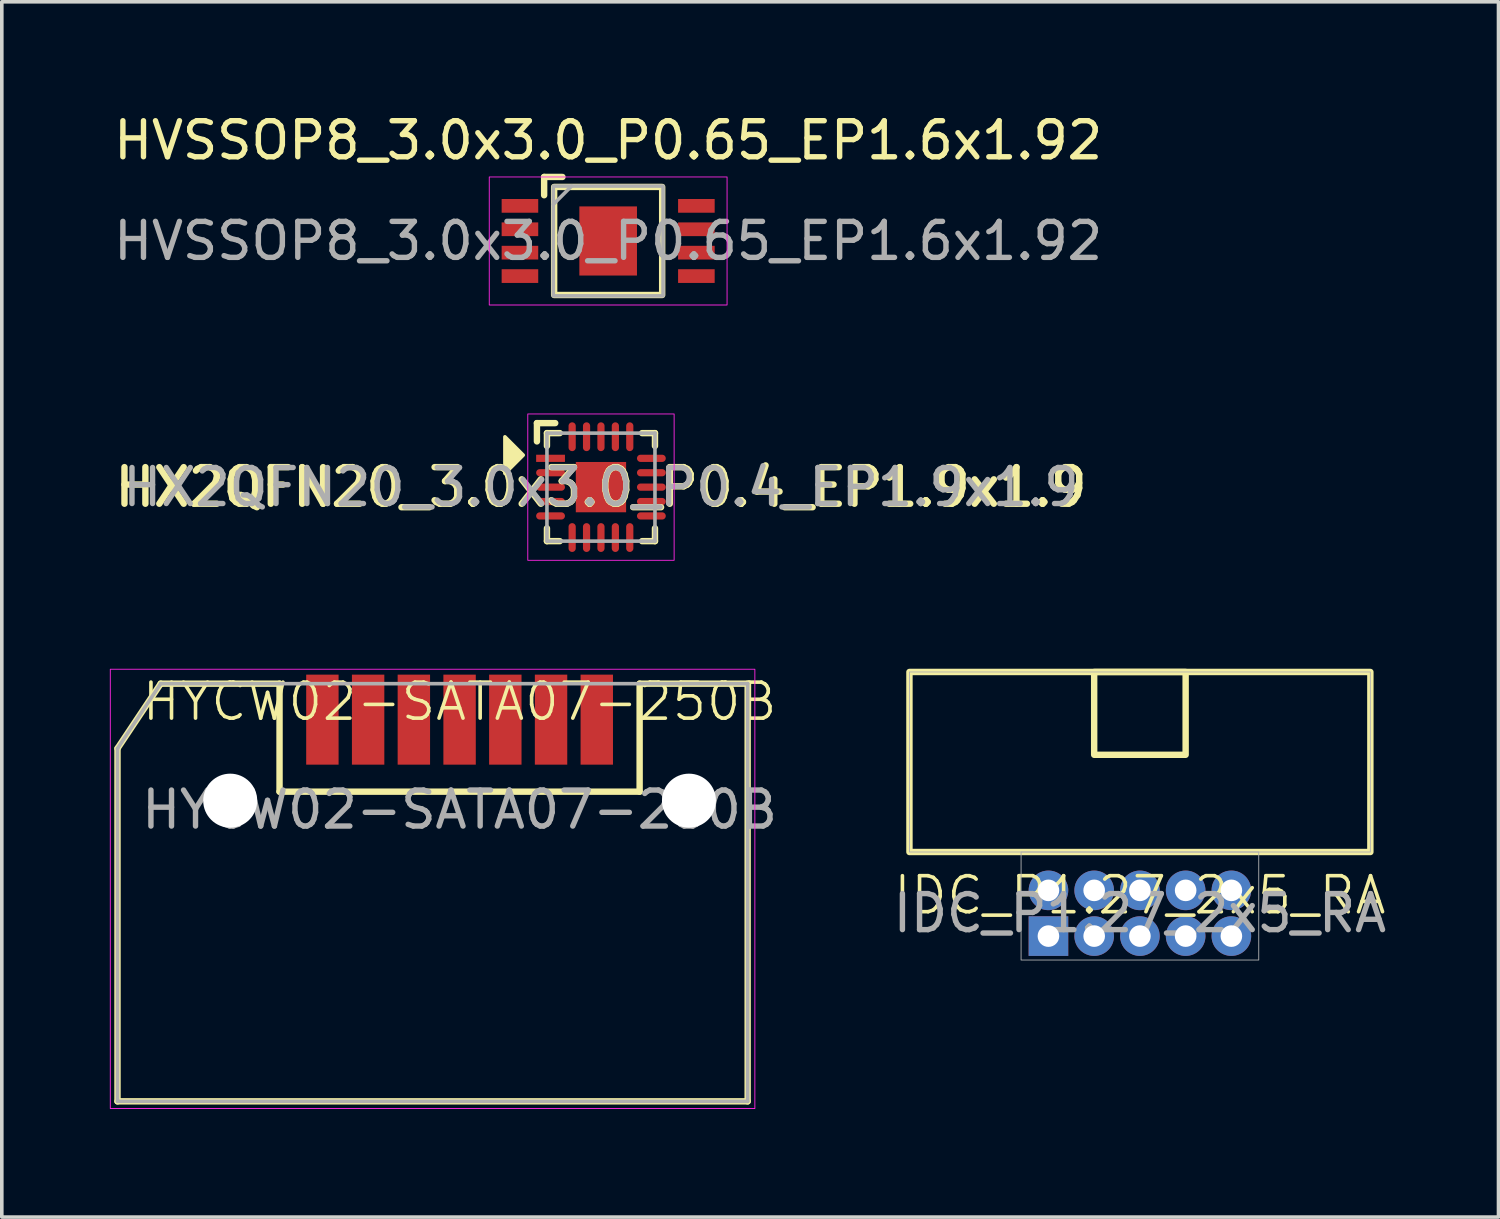
<source format=kicad_pcb>
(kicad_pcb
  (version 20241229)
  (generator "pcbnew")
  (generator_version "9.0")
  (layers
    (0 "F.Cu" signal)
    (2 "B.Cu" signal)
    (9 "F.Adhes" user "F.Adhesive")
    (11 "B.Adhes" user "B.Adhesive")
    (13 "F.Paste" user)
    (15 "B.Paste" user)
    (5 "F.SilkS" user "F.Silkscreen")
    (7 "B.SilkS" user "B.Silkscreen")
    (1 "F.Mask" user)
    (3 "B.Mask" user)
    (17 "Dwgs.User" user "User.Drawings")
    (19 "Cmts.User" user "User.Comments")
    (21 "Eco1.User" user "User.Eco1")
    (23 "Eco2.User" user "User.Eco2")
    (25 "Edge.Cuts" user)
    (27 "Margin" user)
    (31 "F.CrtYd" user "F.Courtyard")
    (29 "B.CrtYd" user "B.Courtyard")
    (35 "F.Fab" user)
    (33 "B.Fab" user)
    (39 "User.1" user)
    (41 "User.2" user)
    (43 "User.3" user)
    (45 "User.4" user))
  (footprint "HVSSOP8_3.0x3.0_P0.65_EP1.6x1.92"
    (layer "F.Cu")
    (at 13.839 3.642)
    (property "Reference" "HVSSOP8_3.0x3.0_P0.65_EP1.6x1.92" (at 0 -2.794 0) (unlocked yes) (layer "F.SilkS") (effects (font (size 1 1) (thickness 0.15))))
    (attr smd)
    (fp_line (start -1.778 -1.778) (end -1.27 -1.778) (stroke (width 0.178) (type solid)) (layer "F.SilkS"))
    (fp_line (start -1.778 -1.27) (end -1.778 -1.778) (stroke (width 0.178) (type solid)) (layer "F.SilkS"))
    (fp_rect (start -1.5 1.5) (end 1.5 -1.5) (stroke (width 0.178) (type solid)) (fill no) (layer "F.SilkS"))
    (fp_rect (start -3.302 1.778) (end 3.302 -1.778) (stroke (width 0.025) (type solid)) (fill no) (layer "F.CrtYd"))
    (fp_line (start -1.524 -1.016) (end -1.016 -1.524) (stroke (width 0.1) (type solid)) (layer "F.Fab"))
    (fp_rect (start -1.524 -1.524) (end 1.524 1.524) (stroke (width 0.1) (type solid)) (fill no) (layer "F.Fab"))
    (fp_text user "${REFERENCE}" (at 0 0 0) (unlocked yes) (layer "F.Fab") (effects (font (size 1 1) (thickness 0.15))))
    (pad "1" smd rect (at -2.45 -0.975) (size 1.016 0.381) (layers "F.Cu" "F.Mask" "F.Paste"))
    (pad "2" smd rect (at -2.45 -0.325) (size 1.016 0.381) (layers "F.Cu" "F.Mask" "F.Paste"))
    (pad "3" smd rect (at -2.45 0.325) (size 1.016 0.381) (layers "F.Cu" "F.Mask" "F.Paste"))
    (pad "4" smd rect (at -2.45 0.975) (size 1.016 0.381) (layers "F.Cu" "F.Mask" "F.Paste"))
    (pad "5" smd rect (at 2.45 0.975) (size 1.016 0.381) (layers "F.Cu" "F.Mask" "F.Paste"))
    (pad "6" smd rect (at 2.45 0.325) (size 1.016 0.381) (layers "F.Cu" "F.Mask" "F.Paste"))
    (pad "7" smd rect (at 2.45 -0.325) (size 1.016 0.381) (layers "F.Cu" "F.Mask" "F.Paste"))
    (pad "8" smd rect (at 2.45 -0.975) (size 1.016 0.381) (layers "F.Cu" "F.Mask" "F.Paste"))
    (pad "9" smd rect (at 0 0) (size 1.6 1.92) (layers "F.Cu" "F.Mask" "F.Paste")))
  (footprint "IDC_P1.27_2x5_RA"
    (layer "F.Cu")
    (at 28.606 22.311)
    (property "Reference" "IDC_P1.27_2x5_RA" (at 0 -0.5 0) (unlocked yes) (layer "F.SilkS") (effects (font (size 1 1) (thickness 0.1))))
    (attr through_hole)
    (fp_rect (start -6.4 -6.7) (end 6.4 -1.7) (stroke (width 0.178) (type solid)) (fill no) (layer "F.SilkS"))
    (fp_rect (start -1.27 -6.7) (end 1.27 -4.4) (stroke (width 0.178) (type solid)) (fill no) (layer "F.SilkS"))
    (fp_rect (start -6.4 -6.7) (end 6.4 -1.7) (stroke (width 0.025) (type solid)) (fill no) (layer "F.Fab"))
    (fp_rect (start -3.3 -1.7) (end 3.3 1.3) (stroke (width 0.025) (type solid)) (fill no) (layer "F.Fab"))
    (fp_text user "${REFERENCE}" (at 0 0 0) (unlocked yes) (layer "F.Fab") (effects (font (size 1 1) (thickness 0.15))))
    (pad "1" thru_hole rect (at -2.54 0.635) (size 1.1 1.1) (drill 0.6) (layers "*.Cu" "*.Mask"))
    (pad "2" thru_hole circle (at -2.54 -0.635) (size 1.1 1.1) (drill 0.6) (layers "*.Cu" "*.Mask"))
    (pad "3" thru_hole circle (at -1.27 0.635) (size 1.1 1.1) (drill 0.6) (layers "*.Cu" "*.Mask"))
    (pad "4" thru_hole circle (at -1.27 -0.635) (size 1.1 1.1) (drill 0.6) (layers "*.Cu" "*.Mask"))
    (pad "5" thru_hole circle (at 0 0.635) (size 1.1 1.1) (drill 0.6) (layers "*.Cu" "*.Mask"))
    (pad "6" thru_hole circle (at 0 -0.635) (size 1.1 1.1) (drill 0.6) (layers "*.Cu" "*.Mask"))
    (pad "7" thru_hole circle (at 1.27 0.635) (size 1.1 1.1) (drill 0.6) (layers "*.Cu" "*.Mask"))
    (pad "8" thru_hole circle (at 1.27 -0.635) (size 1.1 1.1) (drill 0.6) (layers "*.Cu" "*.Mask"))
    (pad "9" thru_hole circle (at 2.54 0.635) (size 1.1 1.1) (drill 0.6) (layers "*.Cu" "*.Mask"))
    (pad "10" thru_hole circle (at 2.54 -0.635) (size 1.1 1.1) (drill 0.6) (layers "*.Cu" "*.Mask")))
  (footprint "HX2QFN20_3.0x3.0_P0.4_EP1.9x1.9"
    (layer "F.Cu")
    (at 13.639 10.478)
    (property "Reference" "HX2QFN20_3.0x3.0_P0.4_EP1.9x1.9" (at 0 0 0) (layer "F.SilkS") (effects (font (size 1.016 1.016) (thickness 0.178))))
    (attr smd)
    (fp_line (start -1.778 -1.778) (end -1.27 -1.778) (stroke (width 0.178) (type solid)) (layer "F.SilkS"))
    (fp_line (start -1.778 -1.27) (end -1.778 -1.778) (stroke (width 0.178) (type solid)) (layer "F.SilkS"))
    (fp_line (start -1.5 -1.5) (end -1.143 -1.5) (stroke (width 0.178) (type solid)) (layer "F.SilkS"))
    (fp_line (start -1.5 -1.143) (end -1.5 -1.5) (stroke (width 0.178) (type solid)) (layer "F.SilkS"))
    (fp_line (start -1.5 1.5) (end -1.5 1.143) (stroke (width 0.178) (type solid)) (layer "F.SilkS"))
    (fp_line (start -1.143 1.5) (end -1.5 1.5) (stroke (width 0.178) (type solid)) (layer "F.SilkS"))
    (fp_line (start 1.143 -1.5) (end 1.5 -1.5) (stroke (width 0.178) (type solid)) (layer "F.SilkS"))
    (fp_line (start 1.5 -1.5) (end 1.5 -1.143) (stroke (width 0.178) (type solid)) (layer "F.SilkS"))
    (fp_line (start 1.5 1.143) (end 1.5 1.5) (stroke (width 0.178) (type solid)) (layer "F.SilkS"))
    (fp_line (start 1.5 1.5) (end 1.143 1.5) (stroke (width 0.178) (type solid)) (layer "F.SilkS"))
    (fp_poly (pts (xy -2.159 -0.889) (xy -2.667 -0.381) (xy -2.667 -1.397)) (stroke (width 0.1) (type solid)) (fill yes) (layer "F.SilkS"))
    (fp_rect (start -2.032 -2.032) (end 2.032 2.032) (stroke (width 0.025) (type solid)) (fill no) (layer "F.CrtYd"))
    (fp_line (start -1.5 -1.5) (end -1.5 1.5) (stroke (width 0.1) (type solid)) (layer "F.Fab"))
    (fp_line (start -1.5 -1.5) (end 1.5 -1.5) (stroke (width 0.1) (type solid)) (layer "F.Fab"))
    (fp_line (start -1.5 1.5) (end 1.5 1.5) (stroke (width 0.1) (type solid)) (layer "F.Fab"))
    (fp_line (start 1.5 -1.5) (end 1.5 1.5) (stroke (width 0.1) (type solid)) (layer "F.Fab"))
    (fp_text user "${REFERENCE}" (at 0 0 0) (layer "F.Fab") (effects (font (size 1 1) (thickness 0.15))))
    (pad "1" smd rect (at -1.4 -0.8) (size 0.8 0.2) (layers "F.Cu" "F.Mask" "F.Paste"))
    (pad "2" smd oval (at -1.4 -0.4) (size 0.8 0.2) (layers "F.Cu" "F.Mask" "F.Paste"))
    (pad "3" smd oval (at -1.4 0) (size 0.8 0.2) (layers "F.Cu" "F.Mask" "F.Paste"))
    (pad "4" smd oval (at -1.4 0.4) (size 0.8 0.2) (layers "F.Cu" "F.Mask" "F.Paste"))
    (pad "5" smd oval (at -1.4 0.8) (size 0.8 0.2) (layers "F.Cu" "F.Mask" "F.Paste"))
    (pad "6" smd oval (at -0.8 1.4 90) (size 0.8 0.2) (layers "F.Cu" "F.Mask" "F.Paste"))
    (pad "7" smd oval (at -0.4 1.4 90) (size 0.8 0.2) (layers "F.Cu" "F.Mask" "F.Paste"))
    (pad "8" smd oval (at 0 1.4 90) (size 0.8 0.2) (layers "F.Cu" "F.Mask" "F.Paste"))
    (pad "9" smd oval (at 0.4 1.4 90) (size 0.8 0.2) (layers "F.Cu" "F.Mask" "F.Paste"))
    (pad "10" smd oval (at 0.8 1.4 90) (size 0.8 0.2) (layers "F.Cu" "F.Mask" "F.Paste"))
    (pad "11" smd oval (at 1.4 0.8) (size 0.8 0.2) (layers "F.Cu" "F.Mask" "F.Paste"))
    (pad "12" smd oval (at 1.4 0.4) (size 0.8 0.2) (layers "F.Cu" "F.Mask" "F.Paste"))
    (pad "13" smd oval (at 1.4 0) (size 0.8 0.2) (layers "F.Cu" "F.Mask" "F.Paste"))
    (pad "14" smd oval (at 1.4 -0.4) (size 0.8 0.2) (layers "F.Cu" "F.Mask" "F.Paste"))
    (pad "15" smd oval (at 1.4 -0.8) (size 0.8 0.2) (layers "F.Cu" "F.Mask" "F.Paste"))
    (pad "16" smd oval (at 0.8 -1.4 90) (size 0.8 0.2) (layers "F.Cu" "F.Mask" "F.Paste"))
    (pad "17" smd oval (at 0.4 -1.4 90) (size 0.8 0.2) (layers "F.Cu" "F.Mask" "F.Paste"))
    (pad "18" smd oval (at 0 -1.4 90) (size 0.8 0.2) (layers "F.Cu" "F.Mask" "F.Paste"))
    (pad "19" smd oval (at -0.4 -1.4 90) (size 0.8 0.2) (layers "F.Cu" "F.Mask" "F.Paste"))
    (pad "20" smd oval (at -0.8 -1.4 90) (size 0.8 0.2) (layers "F.Cu" "F.Mask" "F.Paste"))
    (pad "21" smd rect (at 0 0 90) (size 1.397 1.397) (layers "F.Cu" "F.Mask" "F.Paste")))
  (footprint "HYCW02-SATA07-250B"
    (layer "F.Cu")
    (at 9.713 16.935)
    (property "Reference" "HYCW02-SATA07-250B" (at 0 -0.5 0) (unlocked yes) (layer "F.SilkS") (effects (font (size 1 1) (thickness 0.1))))
    (attr smd)
    (fp_line (start -9.5 0.8) (end -9.5 10.6) (stroke (width 0.178) (type solid)) (layer "F.SilkS"))
    (fp_line (start -9.5 0.8) (end -8.3 -1) (stroke (width 0.178) (type solid)) (layer "F.SilkS"))
    (fp_line (start -5 -1) (end -8.3 -1) (stroke (width 0.178) (type solid)) (layer "F.SilkS"))
    (fp_line (start -5 2) (end -5 -1) (stroke (width 0.178) (type solid)) (layer "F.SilkS"))
    (fp_line (start -5 2) (end 5 2) (stroke (width 0.178) (type solid)) (layer "F.SilkS"))
    (fp_line (start 5 2) (end 5 -1) (stroke (width 0.178) (type solid)) (layer "F.SilkS"))
    (fp_line (start 8 -1) (end 5 -1) (stroke (width 0.178) (type solid)) (layer "F.SilkS"))
    (fp_line (start 8 -1) (end 8 10.6) (stroke (width 0.178) (type solid)) (layer "F.SilkS"))
    (fp_line (start 8 10.6) (end -9.5 10.6) (stroke (width 0.178) (type solid)) (layer "F.SilkS"))
    (fp_rect (start -9.7 -1.4) (end 8.2 10.8) (stroke (width 0.025) (type solid)) (fill no) (layer "F.CrtYd"))
    (fp_line (start -9.5 0.8) (end -8.3 -1) (stroke (width 0.1) (type default)) (layer "F.Fab"))
    (fp_line (start -9.5 10.6) (end -9.5 0.8) (stroke (width 0.1) (type default)) (layer "F.Fab"))
    (fp_line (start -8.3 -1) (end 8 -1) (stroke (width 0.1) (type default)) (layer "F.Fab"))
    (fp_line (start 8 -1) (end 8 10.6) (stroke (width 0.1) (type default)) (layer "F.Fab"))
    (fp_line (start 8 10.6) (end -9.5 10.6) (stroke (width 0.1) (type default)) (layer "F.Fab"))
    (fp_text user "${REFERENCE}" (at 0 2.5 0) (unlocked yes) (layer "F.Fab") (effects (font (size 1 1) (thickness 0.15))))
    (pad "" np_thru_hole circle (at -6.37 2.25) (size 1.5 1.5) (drill 1.5) (layers "*.Cu" "*.Mask"))
    (pad "" np_thru_hole circle (at 6.37 2.25) (size 1.5 1.5) (drill 1.5) (layers "*.Cu" "*.Mask"))
    (pad "1" smd rect (at 3.81 0) (size 0.9 2.5) (layers "F.Cu" "F.Mask" "F.Paste"))
    (pad "2" smd rect (at 2.54 0) (size 0.9 2.5) (layers "F.Cu" "F.Mask" "F.Paste"))
    (pad "3" smd rect (at 1.27 0) (size 0.9 2.5) (layers "F.Cu" "F.Mask" "F.Paste"))
    (pad "4" smd rect (at 0 0) (size 0.9 2.5) (layers "F.Cu" "F.Mask" "F.Paste"))
    (pad "5" smd rect (at -1.27 0) (size 0.9 2.5) (layers "F.Cu" "F.Mask" "F.Paste"))
    (pad "6" smd rect (at -2.54 0) (size 0.9 2.5) (layers "F.Cu" "F.Mask" "F.Paste"))
    (pad "7" smd rect (at -3.81 0) (size 0.9 2.5) (layers "F.Cu" "F.Mask" "F.Paste")))
  (gr_rect
    (start -3 -3)
    (end 38.564 30.748)
    (stroke (width 0.1) (type default))
    (fill no)
    (layer "Edge.Cuts")))
</source>
